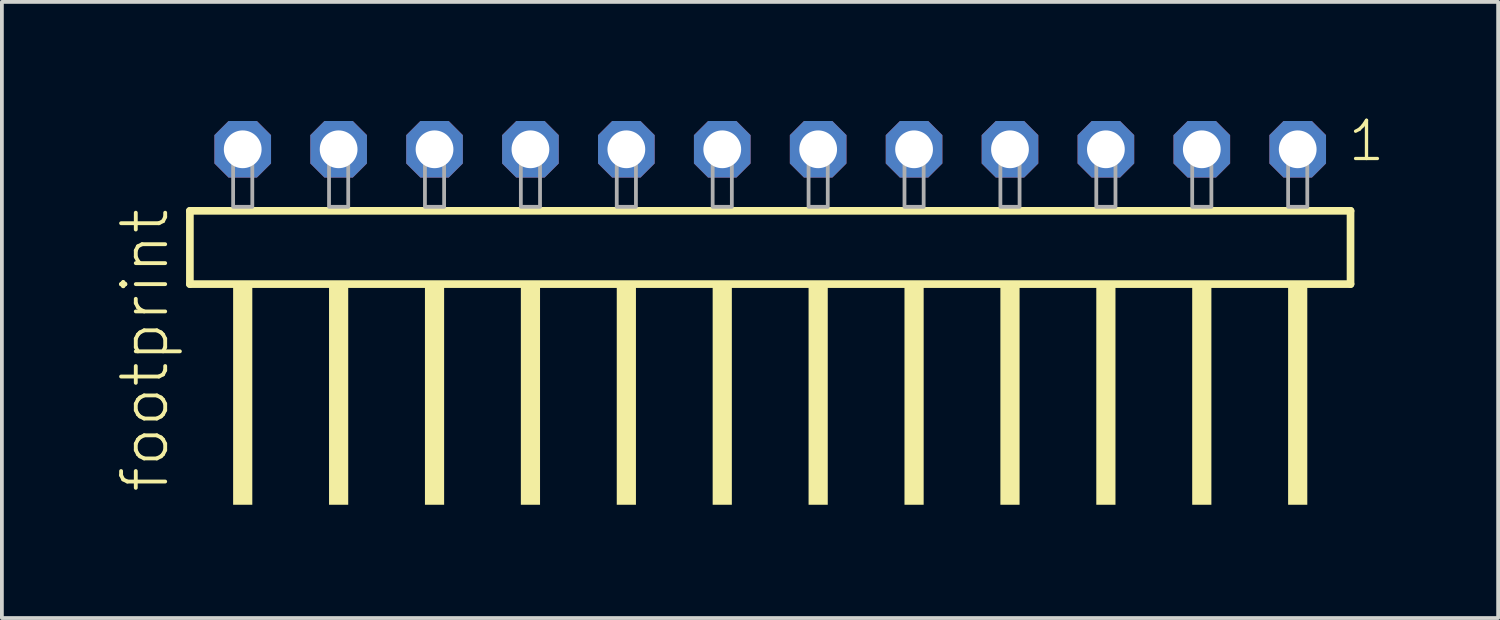
<source format=kicad_pcb>
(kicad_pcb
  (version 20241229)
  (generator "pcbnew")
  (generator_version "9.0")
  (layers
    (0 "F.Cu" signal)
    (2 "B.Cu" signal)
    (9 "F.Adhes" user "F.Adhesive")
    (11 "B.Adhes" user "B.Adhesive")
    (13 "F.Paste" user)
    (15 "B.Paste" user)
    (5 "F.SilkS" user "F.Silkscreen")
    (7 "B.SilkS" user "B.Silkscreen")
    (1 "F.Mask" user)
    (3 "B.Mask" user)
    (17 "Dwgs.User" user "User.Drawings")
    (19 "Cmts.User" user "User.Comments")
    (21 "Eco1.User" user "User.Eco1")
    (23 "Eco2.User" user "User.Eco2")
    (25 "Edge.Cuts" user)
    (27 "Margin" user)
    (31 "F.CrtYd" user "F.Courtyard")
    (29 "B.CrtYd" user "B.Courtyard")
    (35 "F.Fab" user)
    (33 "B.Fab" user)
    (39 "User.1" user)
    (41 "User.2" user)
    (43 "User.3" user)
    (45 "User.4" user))
  (footprint "footprint"
    (layer "F.Cu")
    (at 17.348 2.428)
    (property "Reference" "footprint" (at -15.875 7.62 90) (layer "F.SilkS") (effects (font (size 1.168 1.168) (thickness 0.102)) (justify left bottom)))
    (fp_line (start -15.369 0.106) (end -15.369 2.046) (stroke (width 0.203) (type solid)) (layer "F.SilkS"))
    (fp_line (start -15.369 2.046) (end 15.369 2.046) (stroke (width 0.203) (type solid)) (layer "F.SilkS"))
    (fp_line (start 15.369 0.106) (end -15.369 0.106) (stroke (width 0.203) (type solid)) (layer "F.SilkS"))
    (fp_line (start 15.369 2.046) (end 15.369 0.106) (stroke (width 0.203) (type solid)) (layer "F.SilkS"))
    (fp_poly (pts (xy -14.224 7.89) (xy -13.716 7.89) (xy -13.716 2.04) (xy -14.224 2.04)) (stroke (width 0) (type solid)) (fill yes) (layer "F.SilkS"))
    (fp_poly (pts (xy -11.684 7.89) (xy -11.176 7.89) (xy -11.176 2.04) (xy -11.684 2.04)) (stroke (width 0) (type solid)) (fill yes) (layer "F.SilkS"))
    (fp_poly (pts (xy -9.144 7.89) (xy -8.636 7.89) (xy -8.636 2.04) (xy -9.144 2.04)) (stroke (width 0) (type solid)) (fill yes) (layer "F.SilkS"))
    (fp_poly (pts (xy -6.604 7.89) (xy -6.096 7.89) (xy -6.096 2.04) (xy -6.604 2.04)) (stroke (width 0) (type solid)) (fill yes) (layer "F.SilkS"))
    (fp_poly (pts (xy -4.064 7.89) (xy -3.556 7.89) (xy -3.556 2.04) (xy -4.064 2.04)) (stroke (width 0) (type solid)) (fill yes) (layer "F.SilkS"))
    (fp_poly (pts (xy -1.524 7.89) (xy -1.016 7.89) (xy -1.016 2.04) (xy -1.524 2.04)) (stroke (width 0) (type solid)) (fill yes) (layer "F.SilkS"))
    (fp_poly (pts (xy 1.016 7.89) (xy 1.524 7.89) (xy 1.524 2.04) (xy 1.016 2.04)) (stroke (width 0) (type solid)) (fill yes) (layer "F.SilkS"))
    (fp_poly (pts (xy 3.556 7.89) (xy 4.064 7.89) (xy 4.064 2.04) (xy 3.556 2.04)) (stroke (width 0) (type solid)) (fill yes) (layer "F.SilkS"))
    (fp_poly (pts (xy 6.096 7.89) (xy 6.604 7.89) (xy 6.604 2.04) (xy 6.096 2.04)) (stroke (width 0) (type solid)) (fill yes) (layer "F.SilkS"))
    (fp_poly (pts (xy 8.636 7.89) (xy 9.144 7.89) (xy 9.144 2.04) (xy 8.636 2.04)) (stroke (width 0) (type solid)) (fill yes) (layer "F.SilkS"))
    (fp_poly (pts (xy 11.176 7.89) (xy 11.684 7.89) (xy 11.684 2.04) (xy 11.176 2.04)) (stroke (width 0) (type solid)) (fill yes) (layer "F.SilkS"))
    (fp_poly (pts (xy 13.716 7.89) (xy 14.224 7.89) (xy 14.224 2.04) (xy 13.716 2.04)) (stroke (width 0) (type solid)) (fill yes) (layer "F.SilkS"))
    (fp_poly (pts (xy -14.224 0) (xy -13.716 0) (xy -13.716 -1.778) (xy -14.224 -1.778)) (stroke (width 0.1) (type solid)) (fill no) (layer "F.Fab"))
    (fp_poly (pts (xy -11.684 0) (xy -11.176 0) (xy -11.176 -1.778) (xy -11.684 -1.778)) (stroke (width 0.1) (type solid)) (fill no) (layer "F.Fab"))
    (fp_poly (pts (xy -9.144 0) (xy -8.636 0) (xy -8.636 -1.778) (xy -9.144 -1.778)) (stroke (width 0.1) (type solid)) (fill no) (layer "F.Fab"))
    (fp_poly (pts (xy -6.604 0) (xy -6.096 0) (xy -6.096 -1.778) (xy -6.604 -1.778)) (stroke (width 0.1) (type solid)) (fill no) (layer "F.Fab"))
    (fp_poly (pts (xy -4.064 0) (xy -3.556 0) (xy -3.556 -1.778) (xy -4.064 -1.778)) (stroke (width 0.1) (type solid)) (fill no) (layer "F.Fab"))
    (fp_poly (pts (xy -1.524 0) (xy -1.016 0) (xy -1.016 -1.778) (xy -1.524 -1.778)) (stroke (width 0.1) (type solid)) (fill no) (layer "F.Fab"))
    (fp_poly (pts (xy 1.016 0) (xy 1.524 0) (xy 1.524 -1.778) (xy 1.016 -1.778)) (stroke (width 0.1) (type solid)) (fill no) (layer "F.Fab"))
    (fp_poly (pts (xy 3.556 0) (xy 4.064 0) (xy 4.064 -1.778) (xy 3.556 -1.778)) (stroke (width 0.1) (type solid)) (fill no) (layer "F.Fab"))
    (fp_poly (pts (xy 6.096 0) (xy 6.604 0) (xy 6.604 -1.778) (xy 6.096 -1.778)) (stroke (width 0.1) (type solid)) (fill no) (layer "F.Fab"))
    (fp_poly (pts (xy 8.636 0) (xy 9.144 0) (xy 9.144 -1.778) (xy 8.636 -1.778)) (stroke (width 0.1) (type solid)) (fill no) (layer "F.Fab"))
    (fp_poly (pts (xy 11.176 0) (xy 11.684 0) (xy 11.684 -1.778) (xy 11.176 -1.778)) (stroke (width 0.1) (type solid)) (fill no) (layer "F.Fab"))
    (fp_poly (pts (xy 13.716 0) (xy 14.224 0) (xy 14.224 -1.778) (xy 13.716 -1.778)) (stroke (width 0.1) (type solid)) (fill no) (layer "F.Fab"))
    (fp_text user "1" (at 15.252 -1.152 0) (layer "F.SilkS") (effects (font (size 1.012 1.012) (thickness 0.088)) (justify left bottom)))
    (pad "1" thru_hole roundrect (at 13.97 -1.524 180) (size 1.5 1.5) (drill 1) (layers "*.Cu" "*.Mask") (roundrect_rratio 0.25) (chamfer_ratio 0.25) (chamfer top_left top_right bottom_left bottom_right))
    (pad "2" thru_hole roundrect (at 11.43 -1.524 180) (size 1.5 1.5) (drill 1) (layers "*.Cu" "*.Mask") (roundrect_rratio 0.25) (chamfer_ratio 0.25) (chamfer top_left top_right bottom_left bottom_right))
    (pad "3" thru_hole roundrect (at 8.89 -1.524 180) (size 1.5 1.5) (drill 1) (layers "*.Cu" "*.Mask") (roundrect_rratio 0.25) (chamfer_ratio 0.25) (chamfer top_left top_right bottom_left bottom_right))
    (pad "4" thru_hole roundrect (at 6.35 -1.524 180) (size 1.5 1.5) (drill 1) (layers "*.Cu" "*.Mask") (roundrect_rratio 0.25) (chamfer_ratio 0.25) (chamfer top_left top_right bottom_left bottom_right))
    (pad "5" thru_hole roundrect (at 3.81 -1.524 180) (size 1.5 1.5) (drill 1) (layers "*.Cu" "*.Mask") (roundrect_rratio 0.25) (chamfer_ratio 0.25) (chamfer top_left top_right bottom_left bottom_right))
    (pad "6" thru_hole roundrect (at 1.27 -1.524 180) (size 1.5 1.5) (drill 1) (layers "*.Cu" "*.Mask") (roundrect_rratio 0.25) (chamfer_ratio 0.25) (chamfer top_left top_right bottom_left bottom_right))
    (pad "7" thru_hole roundrect (at -1.27 -1.524 180) (size 1.5 1.5) (drill 1) (layers "*.Cu" "*.Mask") (roundrect_rratio 0.25) (chamfer_ratio 0.25) (chamfer top_left top_right bottom_left bottom_right))
    (pad "8" thru_hole roundrect (at -3.81 -1.524 180) (size 1.5 1.5) (drill 1) (layers "*.Cu" "*.Mask") (roundrect_rratio 0.25) (chamfer_ratio 0.25) (chamfer top_left top_right bottom_left bottom_right))
    (pad "9" thru_hole roundrect (at -6.35 -1.524 180) (size 1.5 1.5) (drill 1) (layers "*.Cu" "*.Mask") (roundrect_rratio 0.25) (chamfer_ratio 0.25) (chamfer top_left top_right bottom_left bottom_right))
    (pad "10" thru_hole roundrect (at -8.89 -1.524 180) (size 1.5 1.5) (drill 1) (layers "*.Cu" "*.Mask") (roundrect_rratio 0.25) (chamfer_ratio 0.25) (chamfer top_left top_right bottom_left bottom_right))
    (pad "11" thru_hole roundrect (at -11.43 -1.524 180) (size 1.5 1.5) (drill 1) (layers "*.Cu" "*.Mask") (roundrect_rratio 0.25) (chamfer_ratio 0.25) (chamfer top_left top_right bottom_left bottom_right))
    (pad "12" thru_hole roundrect (at -13.97 -1.524 180) (size 1.5 1.5) (drill 1) (layers "*.Cu" "*.Mask") (roundrect_rratio 0.25) (chamfer_ratio 0.25) (chamfer top_left top_right bottom_left bottom_right)))
  (gr_rect
    (start -3 -3)
    (end 36.626 13.318)
    (stroke (width 0.1) (type default))
    (fill no)
    (layer "Edge.Cuts")))
</source>
